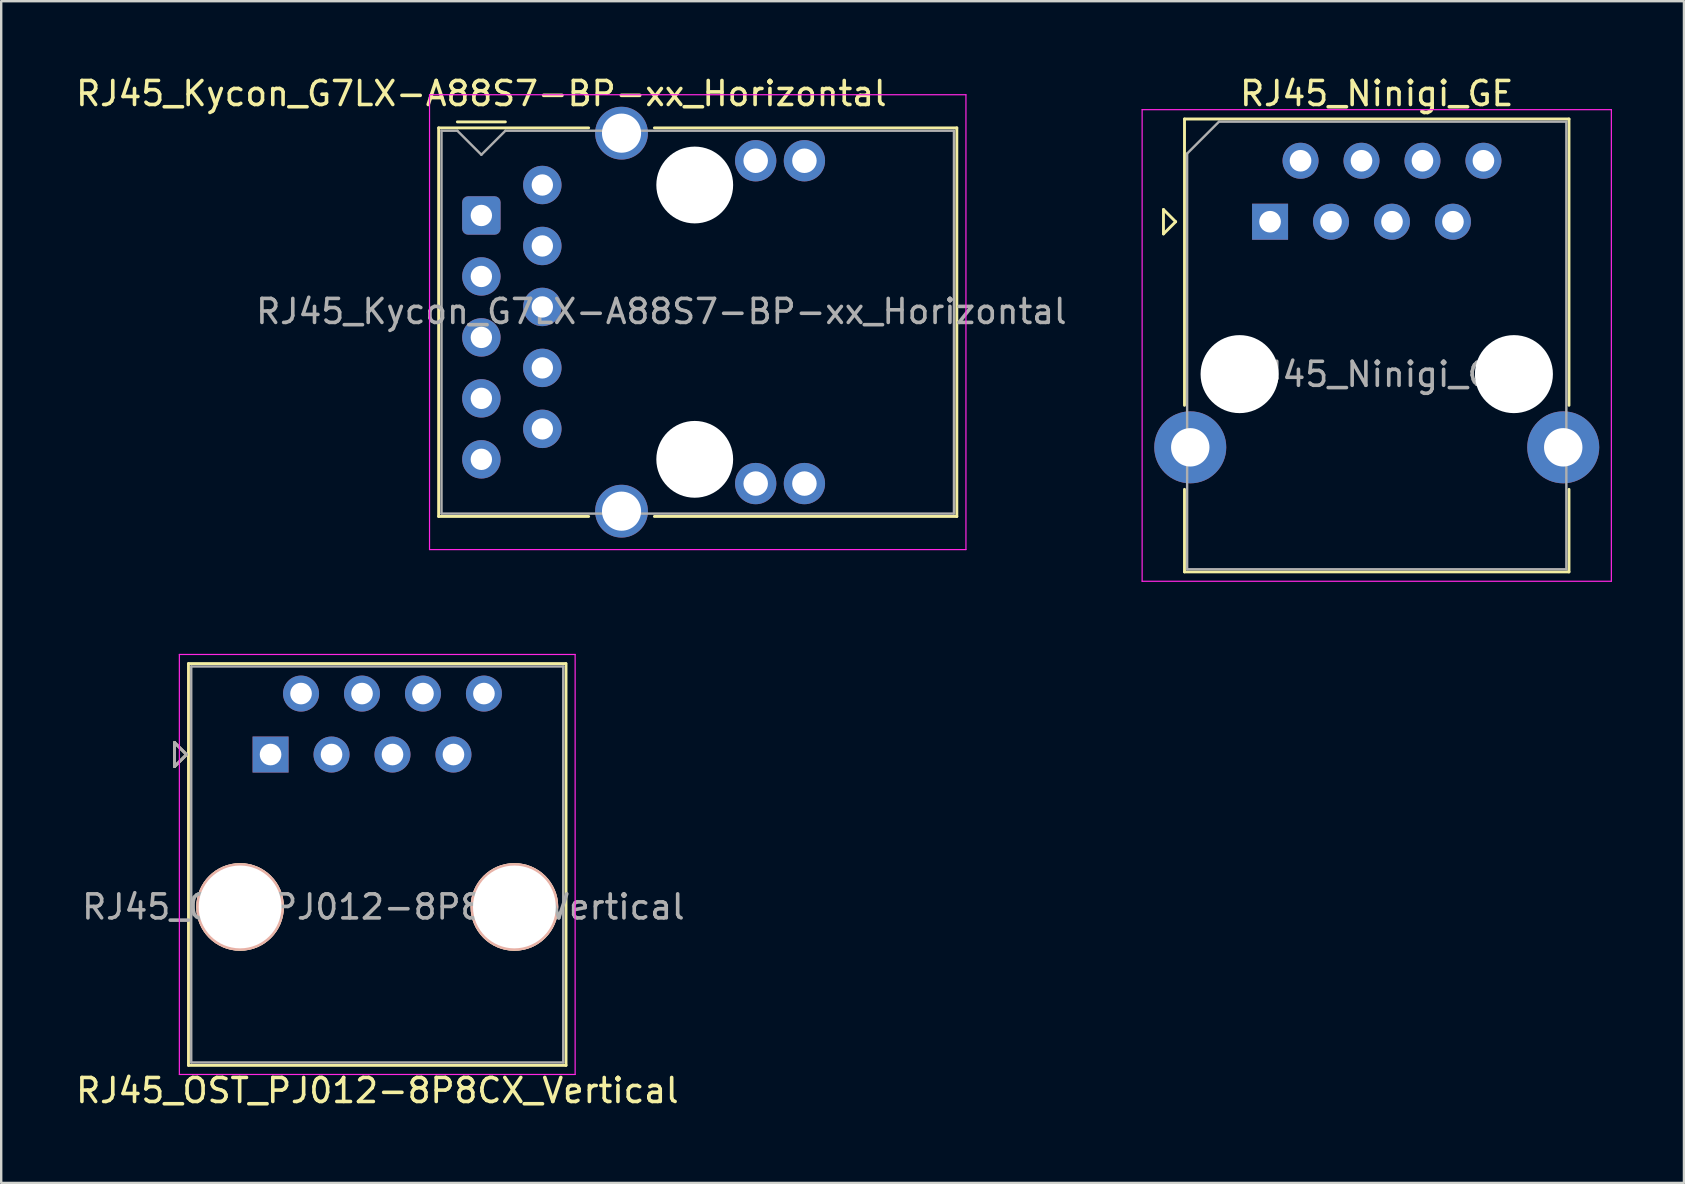
<source format=kicad_pcb>
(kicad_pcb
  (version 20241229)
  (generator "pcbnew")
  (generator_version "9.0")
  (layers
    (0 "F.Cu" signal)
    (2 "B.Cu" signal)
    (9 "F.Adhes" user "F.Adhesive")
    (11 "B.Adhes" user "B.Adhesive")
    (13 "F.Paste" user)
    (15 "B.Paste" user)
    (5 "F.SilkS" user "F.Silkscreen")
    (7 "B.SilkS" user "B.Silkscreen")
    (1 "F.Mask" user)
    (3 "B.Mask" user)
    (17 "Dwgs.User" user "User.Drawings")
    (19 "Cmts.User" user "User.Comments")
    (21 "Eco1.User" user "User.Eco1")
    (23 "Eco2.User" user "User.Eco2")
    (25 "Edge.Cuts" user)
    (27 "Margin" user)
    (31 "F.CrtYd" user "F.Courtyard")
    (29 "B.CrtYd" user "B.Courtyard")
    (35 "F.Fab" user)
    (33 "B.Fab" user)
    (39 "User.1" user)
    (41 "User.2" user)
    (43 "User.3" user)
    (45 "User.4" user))
  (footprint "RJ45_Kycon_G7LX-A88S7-BP-xx_Horizontal"
    (layer "F.Cu")
    (at 17.006 5.928)
    (property "Reference" "RJ45_Kycon_G7LX-A88S7-BP-xx_Horizontal" (at 0 -5.08 0) (layer "F.SilkS") (effects (font (size 1 1) (thickness 0.15))))
    (attr through_hole)
    (fp_line (start -1.78 -3.65) (end -1.78 12.54) (stroke (width 0.12) (type solid)) (layer "F.SilkS"))
    (fp_line (start -1.78 12.54) (end 4.47 12.54) (stroke (width 0.12) (type solid)) (layer "F.SilkS"))
    (fp_line (start -1 -3.9) (end 1 -3.9) (stroke (width 0.12) (type solid)) (layer "F.SilkS"))
    (fp_line (start 4.47 -3.65) (end -1.78 -3.65) (stroke (width 0.12) (type solid)) (layer "F.SilkS"))
    (fp_line (start 7.21 12.54) (end 19.81 12.54) (stroke (width 0.12) (type solid)) (layer "F.SilkS"))
    (fp_line (start 19.81 -3.65) (end 7.21 -3.65) (stroke (width 0.12) (type solid)) (layer "F.SilkS"))
    (fp_line (start 19.81 12.54) (end 19.81 -3.65) (stroke (width 0.12) (type solid)) (layer "F.SilkS"))
    (fp_line (start -2.16 -5.03) (end -2.16 13.92) (stroke (width 0.05) (type solid)) (layer "F.CrtYd"))
    (fp_line (start 20.19 -5.03) (end -2.16 -5.03) (stroke (width 0.05) (type solid)) (layer "F.CrtYd"))
    (fp_line (start 20.19 13.92) (end -2.16 13.92) (stroke (width 0.05) (type solid)) (layer "F.CrtYd"))
    (fp_line (start 20.19 13.92) (end 20.19 -5.03) (stroke (width 0.05) (type solid)) (layer "F.CrtYd"))
    (fp_line (start -1.66 -3.53) (end -1.66 12.42) (stroke (width 0.1) (type solid)) (layer "F.Fab"))
    (fp_line (start -1.66 12.42) (end 19.69 12.42) (stroke (width 0.1) (type solid)) (layer "F.Fab"))
    (fp_line (start -1 -3.53) (end -1.66 -3.53) (stroke (width 0.1) (type solid)) (layer "F.Fab"))
    (fp_line (start 0 -2.53) (end -1 -3.53) (stroke (width 0.1) (type solid)) (layer "F.Fab"))
    (fp_line (start 0 -2.53) (end 1 -3.53) (stroke (width 0.1) (type solid)) (layer "F.Fab"))
    (fp_line (start 19.69 -3.53) (end 1 -3.53) (stroke (width 0.1) (type solid)) (layer "F.Fab"))
    (fp_line (start 19.69 12.42) (end 19.69 -3.53) (stroke (width 0.1) (type solid)) (layer "F.Fab"))
    (fp_text user "${REFERENCE}" (at 7.5 4 180) (layer "F.Fab") (effects (font (size 1 1) (thickness 0.15))))
    (pad "" np_thru_hole circle (at 8.89 -1.27 90) (size 3.2 3.2) (drill 3.2) (layers "*.Cu" "*.Mask"))
    (pad "" np_thru_hole circle (at 8.89 10.16 90) (size 3.2 3.2) (drill 3.2) (layers "*.Cu" "*.Mask"))
    (pad "1" thru_hole roundrect (at 0 0 90) (size 1.6 1.6) (drill 0.89) (layers "*.Cu" "*.Mask") (roundrect_rratio 0.155))
    (pad "2" thru_hole circle (at 2.54 1.27 90) (size 1.6 1.6) (drill 0.89) (layers "*.Cu" "*.Mask"))
    (pad "3" thru_hole circle (at 0 2.54 90) (size 1.6 1.6) (drill 0.89) (layers "*.Cu" "*.Mask"))
    (pad "4" thru_hole circle (at 2.54 3.81 90) (size 1.6 1.6) (drill 0.89) (layers "*.Cu" "*.Mask"))
    (pad "5" thru_hole circle (at 0 5.08 90) (size 1.6 1.6) (drill 0.89) (layers "*.Cu" "*.Mask"))
    (pad "6" thru_hole circle (at 2.54 6.35 90) (size 1.6 1.6) (drill 0.89) (layers "*.Cu" "*.Mask"))
    (pad "7" thru_hole circle (at 0 7.62 90) (size 1.6 1.6) (drill 0.89) (layers "*.Cu" "*.Mask"))
    (pad "8" thru_hole circle (at 2.54 8.89 90) (size 1.6 1.6) (drill 0.89) (layers "*.Cu" "*.Mask"))
    (pad "9" thru_hole circle (at 2.54 -1.27 90) (size 1.6 1.6) (drill 0.89) (layers "*.Cu" "*.Mask"))
    (pad "10" thru_hole circle (at 0 10.16 90) (size 1.6 1.6) (drill 0.89) (layers "*.Cu" "*.Mask"))
    (pad "11" thru_hole circle (at 13.46 -2.28 90) (size 1.72 1.72) (drill 1.02) (layers "*.Cu" "*.Mask"))
    (pad "12" thru_hole circle (at 11.43 -2.28 90) (size 1.72 1.72) (drill 1.02) (layers "*.Cu" "*.Mask"))
    (pad "13" thru_hole circle (at 13.46 11.17 90) (size 1.72 1.72) (drill 1.02) (layers "*.Cu" "*.Mask"))
    (pad "14" thru_hole circle (at 11.43 11.17 90) (size 1.72 1.72) (drill 1.02) (layers "*.Cu" "*.Mask"))
    (pad "SH" thru_hole circle (at 5.84 -3.43 90) (size 2.2 2.2) (drill 1.63) (layers "*.Cu" "*.Mask"))
    (pad "SH" thru_hole circle (at 5.84 12.32 90) (size 2.2 2.2) (drill 1.63) (layers "*.Cu" "*.Mask")))
  (footprint "RJ45_Ninigi_GE"
    (layer "F.Cu")
    (at 49.867 6.188)
    (property "Reference" "RJ45_Ninigi_GE" (at 4.445 -5.34 0) (layer "F.SilkS") (effects (font (size 1 1) (thickness 0.15))))
    (attr through_hole)
    (fp_line (start -4.441 -0.508) (end -4.441 0.508) (stroke (width 0.12) (type solid)) (layer "F.SilkS"))
    (fp_line (start -4.441 0.508) (end -3.933 0) (stroke (width 0.12) (type solid)) (layer "F.SilkS"))
    (fp_line (start -3.933 0) (end -4.441 -0.508) (stroke (width 0.12) (type solid)) (layer "F.SilkS"))
    (fp_line (start -3.565 -4.28) (end -3.565 7.65) (stroke (width 0.12) (type solid)) (layer "F.SilkS"))
    (fp_line (start -3.565 11.15) (end -3.565 14.59) (stroke (width 0.12) (type solid)) (layer "F.SilkS"))
    (fp_line (start 12.455 -4.28) (end -3.565 -4.28) (stroke (width 0.12) (type solid)) (layer "F.SilkS"))
    (fp_line (start 12.455 -4.28) (end 12.455 7.65) (stroke (width 0.12) (type solid)) (layer "F.SilkS"))
    (fp_line (start 12.455 11.15) (end 12.455 14.59) (stroke (width 0.12) (type solid)) (layer "F.SilkS"))
    (fp_line (start 12.455 14.59) (end -3.565 14.59) (stroke (width 0.12) (type solid)) (layer "F.SilkS"))
    (fp_line (start -5.33 -4.67) (end 14.22 -4.67) (stroke (width 0.05) (type solid)) (layer "F.CrtYd"))
    (fp_line (start -5.33 14.98) (end -5.33 -4.67) (stroke (width 0.05) (type solid)) (layer "F.CrtYd"))
    (fp_line (start 14.22 -4.67) (end 14.22 14.98) (stroke (width 0.05) (type solid)) (layer "F.CrtYd"))
    (fp_line (start 14.22 14.98) (end -5.33 14.98) (stroke (width 0.05) (type solid)) (layer "F.CrtYd"))
    (fp_line (start -3.455 -2.84) (end -3.455 14.48) (stroke (width 0.1) (type solid)) (layer "F.Fab"))
    (fp_line (start -3.455 -2.84) (end -2.125 -4.17) (stroke (width 0.1) (type solid)) (layer "F.Fab"))
    (fp_line (start 12.345 -4.17) (end -2.125 -4.17) (stroke (width 0.1) (type solid)) (layer "F.Fab"))
    (fp_line (start 12.345 14.48) (end -3.455 14.48) (stroke (width 0.1) (type solid)) (layer "F.Fab"))
    (fp_line (start 12.345 14.48) (end 12.345 -4.17) (stroke (width 0.1) (type solid)) (layer "F.Fab"))
    (fp_text user "${REFERENCE}" (at 4.445 6.36 0) (layer "F.Fab") (effects (font (size 1 1) (thickness 0.15))))
    (pad "" np_thru_hole circle (at -1.27 6.35) (size 3.25 3.25) (drill 3.25) (layers "*.Cu" "*.Mask"))
    (pad "" np_thru_hole circle (at 10.16 6.35 180) (size 3.25 3.25) (drill 3.25) (layers "*.Cu" "*.Mask"))
    (pad "1" thru_hole rect (at 0 0 180) (size 1.5 1.5) (drill 0.9) (layers "*.Cu" "*.Mask"))
    (pad "2" thru_hole circle (at 1.27 -2.54 180) (size 1.5 1.5) (drill 0.9) (layers "*.Cu" "*.Mask"))
    (pad "3" thru_hole circle (at 2.54 0 180) (size 1.5 1.5) (drill 0.9) (layers "*.Cu" "*.Mask"))
    (pad "4" thru_hole circle (at 3.81 -2.54 180) (size 1.5 1.5) (drill 0.9) (layers "*.Cu" "*.Mask"))
    (pad "5" thru_hole circle (at 5.08 0 180) (size 1.5 1.5) (drill 0.9) (layers "*.Cu" "*.Mask"))
    (pad "6" thru_hole circle (at 6.35 -2.54 180) (size 1.5 1.5) (drill 0.9) (layers "*.Cu" "*.Mask"))
    (pad "7" thru_hole circle (at 7.62 0 180) (size 1.5 1.5) (drill 0.9) (layers "*.Cu" "*.Mask"))
    (pad "8" thru_hole circle (at 8.89 -2.54 180) (size 1.5 1.5) (drill 0.9) (layers "*.Cu" "*.Mask"))
    (pad "SH" thru_hole circle (at -3.325 9.4) (size 3 3) (drill 1.6) (layers "*.Cu" "*.Mask"))
    (pad "SH" thru_hole circle (at 12.215 9.4 180) (size 3 3) (drill 1.6) (layers "*.Cu" "*.Mask")))
  (footprint "RJ45_OST_PJ012-8P8CX_Vertical"
    (layer "F.Cu")
    (at 8.223 28.388)
    (property "Reference" "RJ45_OST_PJ012-8P8CX_Vertical" (at 4.45 14 0) (layer "F.SilkS") (effects (font (size 1 1) (thickness 0.15))))
    (attr through_hole)
    (fp_line (start -4 -0.5) (end -4 0.5) (stroke (width 0.12) (type solid)) (layer "F.SilkS"))
    (fp_line (start -4 0.5) (end -3.5 0) (stroke (width 0.12) (type solid)) (layer "F.SilkS"))
    (fp_line (start -3.5 0) (end -4 -0.5) (stroke (width 0.12) (type solid)) (layer "F.SilkS"))
    (fp_line (start -3.42 -3.79) (end -3.42 12.95) (stroke (width 0.12) (type solid)) (layer "F.SilkS"))
    (fp_line (start 12.3 -3.79) (end -3.42 -3.79) (stroke (width 0.12) (type solid)) (layer "F.SilkS"))
    (fp_line (start 12.31 -3.79) (end 12.31 12.95) (stroke (width 0.12) (type solid)) (layer "F.SilkS"))
    (fp_line (start 12.31 12.95) (end -3.42 12.95) (stroke (width 0.12) (type solid)) (layer "F.SilkS"))
    (fp_line (start -3.8 -4.17) (end -3.8 13.33) (stroke (width 0.05) (type solid)) (layer "F.CrtYd"))
    (fp_line (start -3.8 -4.17) (end 12.69 -4.17) (stroke (width 0.05) (type solid)) (layer "F.CrtYd"))
    (fp_line (start -3.8 13.33) (end 12.69 13.33) (stroke (width 0.05) (type solid)) (layer "F.CrtYd"))
    (fp_line (start 12.69 -4.17) (end 12.69 13.33) (stroke (width 0.05) (type solid)) (layer "F.CrtYd"))
    (fp_line (start -4 -0.5) (end -4 0.5) (stroke (width 0.12) (type solid)) (layer "F.Fab"))
    (fp_line (start -4 0.5) (end -3.5 0) (stroke (width 0.12) (type solid)) (layer "F.Fab"))
    (fp_line (start -3.5 0) (end -4 -0.5) (stroke (width 0.12) (type solid)) (layer "F.Fab"))
    (fp_line (start -3.305 -3.67) (end -3.305 12.83) (stroke (width 0.1) (type solid)) (layer "F.Fab"))
    (fp_line (start 12.195 -3.67) (end -3.305 -3.67) (stroke (width 0.1) (type solid)) (layer "F.Fab"))
    (fp_line (start 12.195 -3.67) (end 12.195 12.83) (stroke (width 0.1) (type solid)) (layer "F.Fab"))
    (fp_line (start 12.195 12.83) (end -3.305 12.83) (stroke (width 0.1) (type solid)) (layer "F.Fab"))
    (fp_text user "${REFERENCE}" (at 4.7 6.35 0) (layer "F.Fab") (effects (font (size 1 1) (thickness 0.15))))
    (pad "" np_thru_hole circle (at -1.27 6.35) (size 3.65 3.65) (drill 3.45) (layers "*.Cu" "*.SilkS" "*.Mask"))
    (pad "" np_thru_hole circle (at 10.16 6.35) (size 3.65 3.65) (drill 3.45) (layers "*.Cu" "*.SilkS" "*.Mask"))
    (pad "1" thru_hole rect (at 0 0) (size 1.5 1.5) (drill 0.9) (layers "*.Cu" "*.Mask"))
    (pad "2" thru_hole circle (at 1.27 -2.54) (size 1.5 1.5) (drill 0.9) (layers "*.Cu" "*.Mask"))
    (pad "3" thru_hole circle (at 2.54 0) (size 1.5 1.5) (drill 0.9) (layers "*.Cu" "*.Mask"))
    (pad "4" thru_hole circle (at 3.81 -2.54) (size 1.5 1.5) (drill 0.9) (layers "*.Cu" "*.Mask"))
    (pad "5" thru_hole circle (at 5.08 0) (size 1.5 1.5) (drill 0.9) (layers "*.Cu" "*.Mask"))
    (pad "6" thru_hole circle (at 6.35 -2.54) (size 1.5 1.5) (drill 0.9) (layers "*.Cu" "*.Mask"))
    (pad "7" thru_hole circle (at 7.62 0) (size 1.5 1.5) (drill 0.9) (layers "*.Cu" "*.Mask"))
    (pad "8" thru_hole circle (at 8.89 -2.54) (size 1.5 1.5) (drill 0.9) (layers "*.Cu" "*.Mask")))
  (gr_rect
    (start -3 -3)
    (end 67.112 46.236)
    (stroke (width 0.1) (type default))
    (fill no)
    (layer "Edge.Cuts")))
</source>
